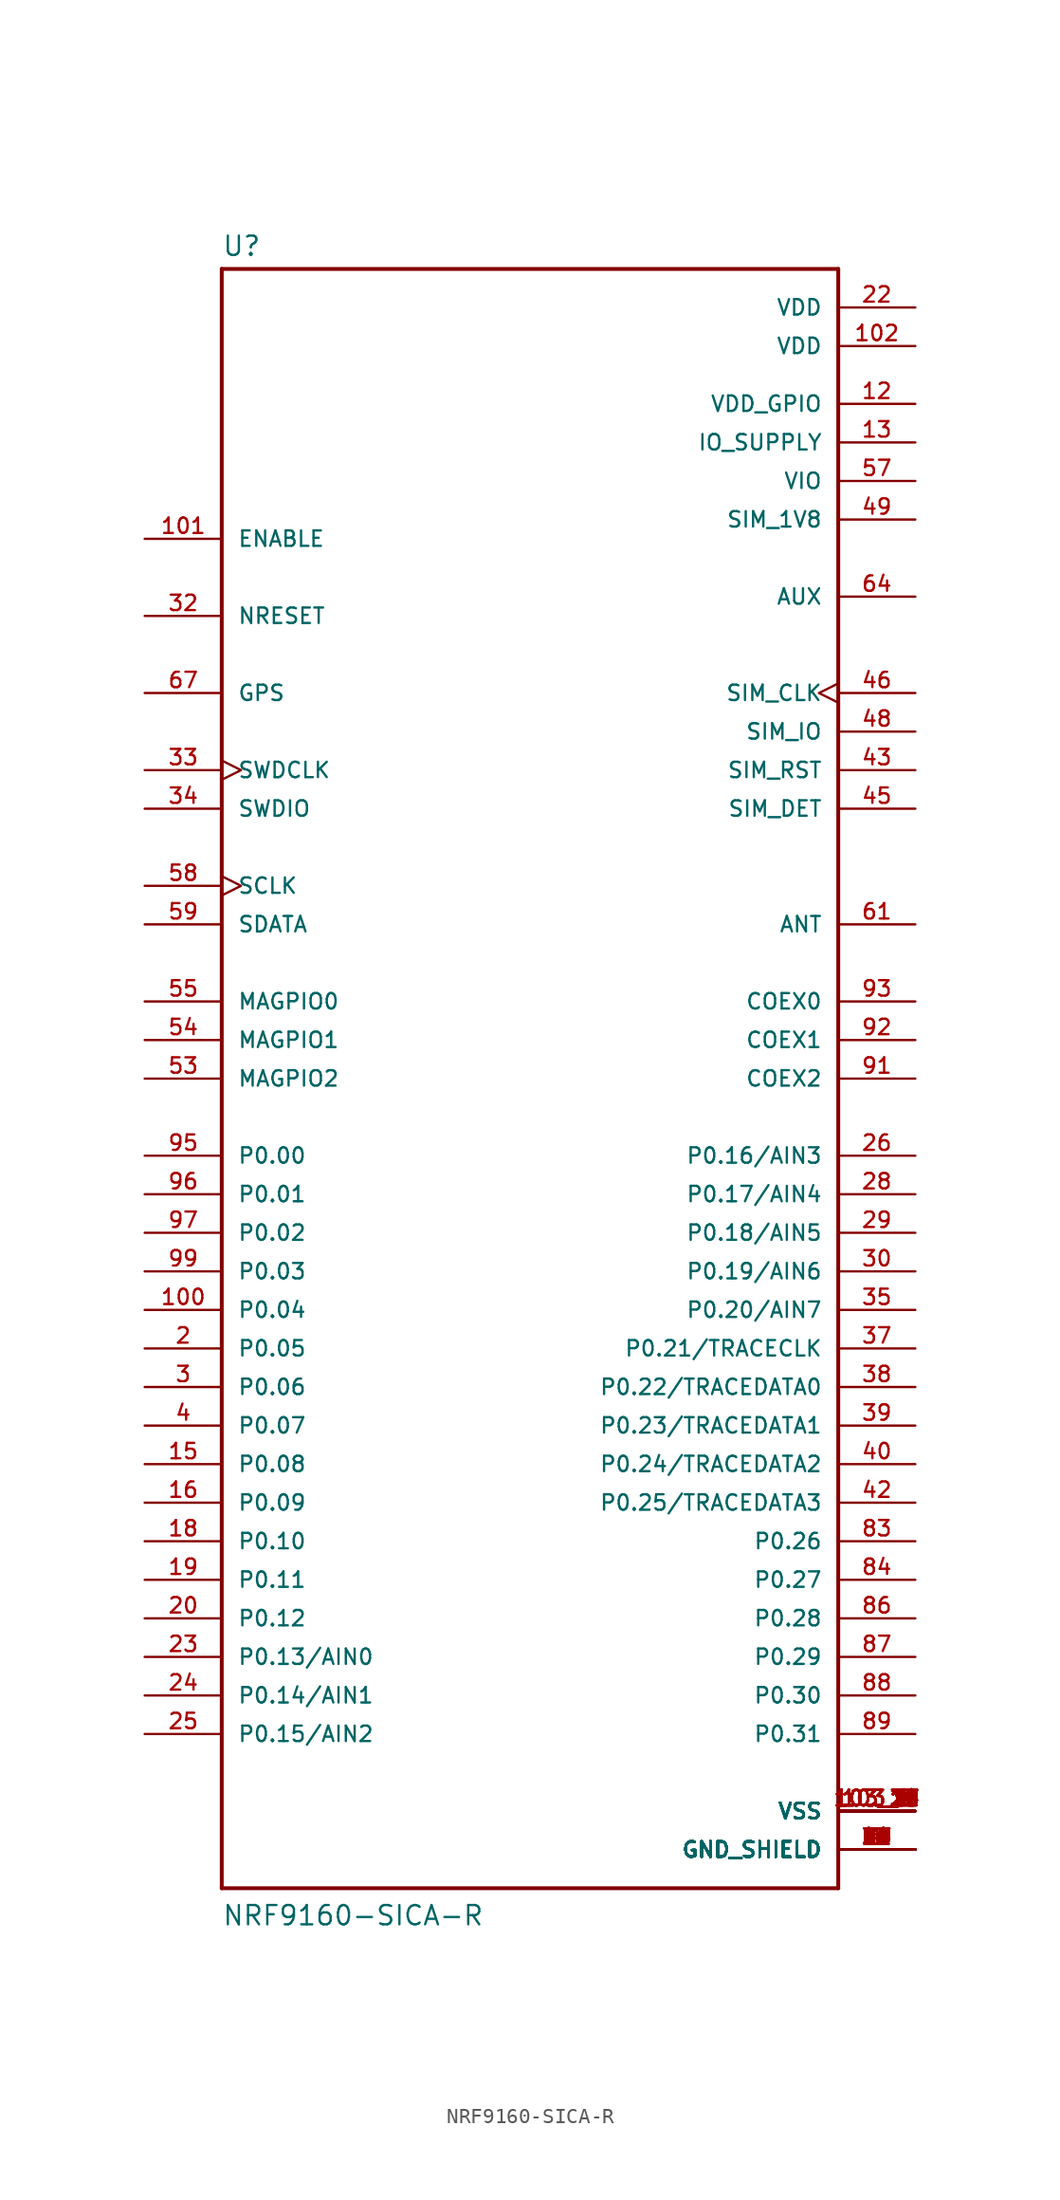
<source format=kicad_sym>
(kicad_symbol_lib
  (version 20210619)
  (generator kicad_symbol_editor)
  (symbol "Cellular_modem:NRF9160-SICA-R"
    (pin_names
      (offset 1.016))
    (property "Reference" "U"
      (at -20.32 54.102 0)
      (effects (font (size 1.27 1.27)) (justify left bottom)))
    (property "Value" "NRF9160-SICA-R"
      (at -20.32 -55.88 0)
      (effects (font (size 1.27 1.27)) (justify left bottom)))
    (property "ki_locked" ""
      (at 0 0 0)
      (effects (font (size 1.27 1.27))))
    (symbol "NRF9160-SICA-R_0_0"
      (polyline (pts (xy -20.32 -53.34) (xy -20.32 53.34)) (stroke (width 0.254)) (fill (type none)))
      (polyline (pts (xy -20.32 53.34) (xy 20.32 53.34)) (stroke (width 0.254)) (fill (type none)))
      (polyline (pts (xy 20.32 -53.34) (xy -20.32 -53.34)) (stroke (width 0.254)) (fill (type none)))
      (polyline (pts (xy 20.32 53.34) (xy 20.32 -53.34)) (stroke (width 0.254)) (fill (type none)))
      (pin power_in line (at 25.4 -50.8 180) (length 5.08) (name "GND_SHIELD" (effects (font (size 1.016 1.016)))) (number "1" (effects (font (size 1.016 1.016)))))
      (pin bidirectional line (at -25.4 -15.24 0) (length 5.08) (name "P0.04" (effects (font (size 1.016 1.016)))) (number "100" (effects (font (size 1.016 1.016)))))
      (pin input line (at -25.4 35.56 0) (length 5.08) (name "ENABLE" (effects (font (size 1.016 1.016)))) (number "101" (effects (font (size 1.016 1.016)))))
      (pin power_in line (at 25.4 48.26 180) (length 5.08) (name "VDD" (effects (font (size 1.016 1.016)))) (number "102" (effects (font (size 1.016 1.016)))))
      (pin power_in line (at 25.4 -48.26 180) (length 5.08) (name "VSS" (effects (font (size 1.016 1.016)))) (number "103_1" (effects (font (size 1.016 1.016)))))
      (pin power_in line (at 25.4 -48.26 180) (length 5.08) (name "VSS" (effects (font (size 1.016 1.016)))) (number "103_10" (effects (font (size 1.016 1.016)))))
      (pin power_in line (at 25.4 -48.26 180) (length 5.08) (name "VSS" (effects (font (size 1.016 1.016)))) (number "103_11" (effects (font (size 1.016 1.016)))))
      (pin power_in line (at 25.4 -48.26 180) (length 5.08) (name "VSS" (effects (font (size 1.016 1.016)))) (number "103_12" (effects (font (size 1.016 1.016)))))
      (pin power_in line (at 25.4 -48.26 180) (length 5.08) (name "VSS" (effects (font (size 1.016 1.016)))) (number "103_13" (effects (font (size 1.016 1.016)))))
      (pin power_in line (at 25.4 -48.26 180) (length 5.08) (name "VSS" (effects (font (size 1.016 1.016)))) (number "103_14" (effects (font (size 1.016 1.016)))))
      (pin power_in line (at 25.4 -48.26 180) (length 5.08) (name "VSS" (effects (font (size 1.016 1.016)))) (number "103_15" (effects (font (size 1.016 1.016)))))
      (pin power_in line (at 25.4 -48.26 180) (length 5.08) (name "VSS" (effects (font (size 1.016 1.016)))) (number "103_16" (effects (font (size 1.016 1.016)))))
      (pin power_in line (at 25.4 -48.26 180) (length 5.08) (name "VSS" (effects (font (size 1.016 1.016)))) (number "103_17" (effects (font (size 1.016 1.016)))))
      (pin power_in line (at 25.4 -48.26 180) (length 5.08) (name "VSS" (effects (font (size 1.016 1.016)))) (number "103_18" (effects (font (size 1.016 1.016)))))
      (pin power_in line (at 25.4 -48.26 180) (length 5.08) (name "VSS" (effects (font (size 1.016 1.016)))) (number "103_19" (effects (font (size 1.016 1.016)))))
      (pin power_in line (at 25.4 -48.26 180) (length 5.08) (name "VSS" (effects (font (size 1.016 1.016)))) (number "103_2" (effects (font (size 1.016 1.016)))))
      (pin power_in line (at 25.4 -48.26 180) (length 5.08) (name "VSS" (effects (font (size 1.016 1.016)))) (number "103_20" (effects (font (size 1.016 1.016)))))
      (pin power_in line (at 25.4 -48.26 180) (length 5.08) (name "VSS" (effects (font (size 1.016 1.016)))) (number "103_21" (effects (font (size 1.016 1.016)))))
      (pin power_in line (at 25.4 -48.26 180) (length 5.08) (name "VSS" (effects (font (size 1.016 1.016)))) (number "103_22" (effects (font (size 1.016 1.016)))))
      (pin power_in line (at 25.4 -48.26 180) (length 5.08) (name "VSS" (effects (font (size 1.016 1.016)))) (number "103_23" (effects (font (size 1.016 1.016)))))
      (pin power_in line (at 25.4 -48.26 180) (length 5.08) (name "VSS" (effects (font (size 1.016 1.016)))) (number "103_24" (effects (font (size 1.016 1.016)))))
      (pin power_in line (at 25.4 -48.26 180) (length 5.08) (name "VSS" (effects (font (size 1.016 1.016)))) (number "103_25" (effects (font (size 1.016 1.016)))))
      (pin power_in line (at 25.4 -48.26 180) (length 5.08) (name "VSS" (effects (font (size 1.016 1.016)))) (number "103_26" (effects (font (size 1.016 1.016)))))
      (pin power_in line (at 25.4 -48.26 180) (length 5.08) (name "VSS" (effects (font (size 1.016 1.016)))) (number "103_27" (effects (font (size 1.016 1.016)))))
      (pin power_in line (at 25.4 -48.26 180) (length 5.08) (name "VSS" (effects (font (size 1.016 1.016)))) (number "103_28" (effects (font (size 1.016 1.016)))))
      (pin power_in line (at 25.4 -48.26 180) (length 5.08) (name "VSS" (effects (font (size 1.016 1.016)))) (number "103_29" (effects (font (size 1.016 1.016)))))
      (pin power_in line (at 25.4 -48.26 180) (length 5.08) (name "VSS" (effects (font (size 1.016 1.016)))) (number "103_3" (effects (font (size 1.016 1.016)))))
      (pin power_in line (at 25.4 -48.26 180) (length 5.08) (name "VSS" (effects (font (size 1.016 1.016)))) (number "103_30" (effects (font (size 1.016 1.016)))))
      (pin power_in line (at 25.4 -48.26 180) (length 5.08) (name "VSS" (effects (font (size 1.016 1.016)))) (number "103_31" (effects (font (size 1.016 1.016)))))
      (pin power_in line (at 25.4 -48.26 180) (length 5.08) (name "VSS" (effects (font (size 1.016 1.016)))) (number "103_32" (effects (font (size 1.016 1.016)))))
      (pin power_in line (at 25.4 -48.26 180) (length 5.08) (name "VSS" (effects (font (size 1.016 1.016)))) (number "103_33" (effects (font (size 1.016 1.016)))))
      (pin power_in line (at 25.4 -48.26 180) (length 5.08) (name "VSS" (effects (font (size 1.016 1.016)))) (number "103_34" (effects (font (size 1.016 1.016)))))
      (pin power_in line (at 25.4 -48.26 180) (length 5.08) (name "VSS" (effects (font (size 1.016 1.016)))) (number "103_35" (effects (font (size 1.016 1.016)))))
      (pin power_in line (at 25.4 -48.26 180) (length 5.08) (name "VSS" (effects (font (size 1.016 1.016)))) (number "103_4" (effects (font (size 1.016 1.016)))))
      (pin power_in line (at 25.4 -48.26 180) (length 5.08) (name "VSS" (effects (font (size 1.016 1.016)))) (number "103_5" (effects (font (size 1.016 1.016)))))
      (pin power_in line (at 25.4 -48.26 180) (length 5.08) (name "VSS" (effects (font (size 1.016 1.016)))) (number "103_6" (effects (font (size 1.016 1.016)))))
      (pin power_in line (at 25.4 -48.26 180) (length 5.08) (name "VSS" (effects (font (size 1.016 1.016)))) (number "103_7" (effects (font (size 1.016 1.016)))))
      (pin power_in line (at 25.4 -48.26 180) (length 5.08) (name "VSS" (effects (font (size 1.016 1.016)))) (number "103_8" (effects (font (size 1.016 1.016)))))
      (pin power_in line (at 25.4 -48.26 180) (length 5.08) (name "VSS" (effects (font (size 1.016 1.016)))) (number "103_9" (effects (font (size 1.016 1.016)))))
      (pin power_in line (at 25.4 44.45 180) (length 5.08) (name "VDD_GPIO" (effects (font (size 1.016 1.016)))) (number "12" (effects (font (size 1.016 1.016)))))
      (pin power_in line (at 25.4 41.91 180) (length 5.08) (name "IO_SUPPLY" (effects (font (size 1.016 1.016)))) (number "13" (effects (font (size 1.016 1.016)))))
      (pin power_in line (at 25.4 -50.8 180) (length 5.08) (name "GND_SHIELD" (effects (font (size 1.016 1.016)))) (number "14" (effects (font (size 1.016 1.016)))))
      (pin bidirectional line (at -25.4 -25.4 0) (length 5.08) (name "P0.08" (effects (font (size 1.016 1.016)))) (number "15" (effects (font (size 1.016 1.016)))))
      (pin bidirectional line (at -25.4 -27.94 0) (length 5.08) (name "P0.09" (effects (font (size 1.016 1.016)))) (number "16" (effects (font (size 1.016 1.016)))))
      (pin power_in line (at 25.4 -50.8 180) (length 5.08) (name "GND_SHIELD" (effects (font (size 1.016 1.016)))) (number "17" (effects (font (size 1.016 1.016)))))
      (pin bidirectional line (at -25.4 -30.48 0) (length 5.08) (name "P0.10" (effects (font (size 1.016 1.016)))) (number "18" (effects (font (size 1.016 1.016)))))
      (pin bidirectional line (at -25.4 -33.02 0) (length 5.08) (name "P0.11" (effects (font (size 1.016 1.016)))) (number "19" (effects (font (size 1.016 1.016)))))
      (pin bidirectional line (at -25.4 -17.78 0) (length 5.08) (name "P0.05" (effects (font (size 1.016 1.016)))) (number "2" (effects (font (size 1.016 1.016)))))
      (pin bidirectional line (at -25.4 -35.56 0) (length 5.08) (name "P0.12" (effects (font (size 1.016 1.016)))) (number "20" (effects (font (size 1.016 1.016)))))
      (pin power_in line (at 25.4 -50.8 180) (length 5.08) (name "GND_SHIELD" (effects (font (size 1.016 1.016)))) (number "21" (effects (font (size 1.016 1.016)))))
      (pin power_in line (at 25.4 50.8 180) (length 5.08) (name "VDD" (effects (font (size 1.016 1.016)))) (number "22" (effects (font (size 1.016 1.016)))))
      (pin bidirectional line (at -25.4 -38.1 0) (length 5.08) (name "P0.13/AIN0" (effects (font (size 1.016 1.016)))) (number "23" (effects (font (size 1.016 1.016)))))
      (pin bidirectional line (at -25.4 -40.64 0) (length 5.08) (name "P0.14/AIN1" (effects (font (size 1.016 1.016)))) (number "24" (effects (font (size 1.016 1.016)))))
      (pin bidirectional line (at -25.4 -43.18 0) (length 5.08) (name "P0.15/AIN2" (effects (font (size 1.016 1.016)))) (number "25" (effects (font (size 1.016 1.016)))))
      (pin bidirectional line (at 25.4 -5.08 180) (length 5.08) (name "P0.16/AIN3" (effects (font (size 1.016 1.016)))) (number "26" (effects (font (size 1.016 1.016)))))
      (pin power_in line (at 25.4 -50.8 180) (length 5.08) (name "GND_SHIELD" (effects (font (size 1.016 1.016)))) (number "27" (effects (font (size 1.016 1.016)))))
      (pin bidirectional line (at 25.4 -7.62 180) (length 5.08) (name "P0.17/AIN4" (effects (font (size 1.016 1.016)))) (number "28" (effects (font (size 1.016 1.016)))))
      (pin bidirectional line (at 25.4 -10.16 180) (length 5.08) (name "P0.18/AIN5" (effects (font (size 1.016 1.016)))) (number "29" (effects (font (size 1.016 1.016)))))
      (pin bidirectional line (at -25.4 -20.32 0) (length 5.08) (name "P0.06" (effects (font (size 1.016 1.016)))) (number "3" (effects (font (size 1.016 1.016)))))
      (pin bidirectional line (at 25.4 -12.7 180) (length 5.08) (name "P0.19/AIN6" (effects (font (size 1.016 1.016)))) (number "30" (effects (font (size 1.016 1.016)))))
      (pin power_in line (at 25.4 -50.8 180) (length 5.08) (name "GND_SHIELD" (effects (font (size 1.016 1.016)))) (number "31" (effects (font (size 1.016 1.016)))))
      (pin input line (at -25.4 30.48 0) (length 5.08) (name "NRESET" (effects (font (size 1.016 1.016)))) (number "32" (effects (font (size 1.016 1.016)))))
      (pin input clock (at -25.4 20.32 0) (length 5.08) (name "SWDCLK" (effects (font (size 1.016 1.016)))) (number "33" (effects (font (size 1.016 1.016)))))
      (pin bidirectional line (at -25.4 17.78 0) (length 5.08) (name "SWDIO" (effects (font (size 1.016 1.016)))) (number "34" (effects (font (size 1.016 1.016)))))
      (pin bidirectional line (at 25.4 -15.24 180) (length 5.08) (name "P0.20/AIN7" (effects (font (size 1.016 1.016)))) (number "35" (effects (font (size 1.016 1.016)))))
      (pin power_in line (at 25.4 -50.8 180) (length 5.08) (name "GND_SHIELD" (effects (font (size 1.016 1.016)))) (number "36" (effects (font (size 1.016 1.016)))))
      (pin bidirectional line (at 25.4 -17.78 180) (length 5.08) (name "P0.21/TRACECLK" (effects (font (size 1.016 1.016)))) (number "37" (effects (font (size 1.016 1.016)))))
      (pin bidirectional line (at 25.4 -20.32 180) (length 5.08) (name "P0.22/TRACEDATA0" (effects (font (size 1.016 1.016)))) (number "38" (effects (font (size 1.016 1.016)))))
      (pin bidirectional line (at 25.4 -22.86 180) (length 5.08) (name "P0.23/TRACEDATA1" (effects (font (size 1.016 1.016)))) (number "39" (effects (font (size 1.016 1.016)))))
      (pin bidirectional line (at -25.4 -22.86 0) (length 5.08) (name "P0.07" (effects (font (size 1.016 1.016)))) (number "4" (effects (font (size 1.016 1.016)))))
      (pin bidirectional line (at 25.4 -25.4 180) (length 5.08) (name "P0.24/TRACEDATA2" (effects (font (size 1.016 1.016)))) (number "40" (effects (font (size 1.016 1.016)))))
      (pin power_in line (at 25.4 -50.8 180) (length 5.08) (name "GND_SHIELD" (effects (font (size 1.016 1.016)))) (number "41" (effects (font (size 1.016 1.016)))))
      (pin bidirectional line (at 25.4 -27.94 180) (length 5.08) (name "P0.25/TRACEDATA3" (effects (font (size 1.016 1.016)))) (number "42" (effects (font (size 1.016 1.016)))))
      (pin bidirectional line (at 25.4 20.32 180) (length 5.08) (name "SIM_RST" (effects (font (size 1.016 1.016)))) (number "43" (effects (font (size 1.016 1.016)))))
      (pin power_in line (at 25.4 -50.8 180) (length 5.08) (name "GND_SHIELD" (effects (font (size 1.016 1.016)))) (number "44" (effects (font (size 1.016 1.016)))))
      (pin bidirectional line (at 25.4 17.78 180) (length 5.08) (name "SIM_DET" (effects (font (size 1.016 1.016)))) (number "45" (effects (font (size 1.016 1.016)))))
      (pin bidirectional clock (at 25.4 25.4 180) (length 5.08) (name "SIM_CLK" (effects (font (size 1.016 1.016)))) (number "46" (effects (font (size 1.016 1.016)))))
      (pin power_in line (at 25.4 -50.8 180) (length 5.08) (name "GND_SHIELD" (effects (font (size 1.016 1.016)))) (number "47" (effects (font (size 1.016 1.016)))))
      (pin bidirectional line (at 25.4 22.86 180) (length 5.08) (name "SIM_IO" (effects (font (size 1.016 1.016)))) (number "48" (effects (font (size 1.016 1.016)))))
      (pin power_in line (at 25.4 36.83 180) (length 5.08) (name "SIM_1V8" (effects (font (size 1.016 1.016)))) (number "49" (effects (font (size 1.016 1.016)))))
      (pin power_in line (at 25.4 -50.8 180) (length 5.08) (name "GND_SHIELD" (effects (font (size 1.016 1.016)))) (number "5" (effects (font (size 1.016 1.016)))))
      (pin power_in line (at 25.4 -50.8 180) (length 5.08) (name "GND_SHIELD" (effects (font (size 1.016 1.016)))) (number "50" (effects (font (size 1.016 1.016)))))
      (pin power_in line (at 25.4 -50.8 180) (length 5.08) (name "GND_SHIELD" (effects (font (size 1.016 1.016)))) (number "52" (effects (font (size 1.016 1.016)))))
      (pin bidirectional line (at -25.4 0 0) (length 5.08) (name "MAGPIO2" (effects (font (size 1.016 1.016)))) (number "53" (effects (font (size 1.016 1.016)))))
      (pin bidirectional line (at -25.4 2.54 0) (length 5.08) (name "MAGPIO1" (effects (font (size 1.016 1.016)))) (number "54" (effects (font (size 1.016 1.016)))))
      (pin bidirectional line (at -25.4 5.08 0) (length 5.08) (name "MAGPIO0" (effects (font (size 1.016 1.016)))) (number "55" (effects (font (size 1.016 1.016)))))
      (pin power_in line (at 25.4 -50.8 180) (length 5.08) (name "GND_SHIELD" (effects (font (size 1.016 1.016)))) (number "56" (effects (font (size 1.016 1.016)))))
      (pin power_in line (at 25.4 39.37 180) (length 5.08) (name "VIO" (effects (font (size 1.016 1.016)))) (number "57" (effects (font (size 1.016 1.016)))))
      (pin bidirectional clock (at -25.4 12.7 0) (length 5.08) (name "SCLK" (effects (font (size 1.016 1.016)))) (number "58" (effects (font (size 1.016 1.016)))))
      (pin bidirectional line (at -25.4 10.16 0) (length 5.08) (name "SDATA" (effects (font (size 1.016 1.016)))) (number "59" (effects (font (size 1.016 1.016)))))
      (pin power_in line (at 25.4 -50.8 180) (length 5.08) (name "GND_SHIELD" (effects (font (size 1.016 1.016)))) (number "60" (effects (font (size 1.016 1.016)))))
      (pin bidirectional line (at 25.4 10.16 180) (length 5.08) (name "ANT" (effects (font (size 1.016 1.016)))) (number "61" (effects (font (size 1.016 1.016)))))
      (pin power_in line (at 25.4 -50.8 180) (length 5.08) (name "GND_SHIELD" (effects (font (size 1.016 1.016)))) (number "62" (effects (font (size 1.016 1.016)))))
      (pin power_in line (at 25.4 -50.8 180) (length 5.08) (name "GND_SHIELD" (effects (font (size 1.016 1.016)))) (number "63" (effects (font (size 1.016 1.016)))))
      (pin output line (at 25.4 31.75 180) (length 5.08) (name "AUX" (effects (font (size 1.016 1.016)))) (number "64" (effects (font (size 1.016 1.016)))))
      (pin power_in line (at 25.4 -50.8 180) (length 5.08) (name "GND_SHIELD" (effects (font (size 1.016 1.016)))) (number "65" (effects (font (size 1.016 1.016)))))
      (pin power_in line (at 25.4 -50.8 180) (length 5.08) (name "GND_SHIELD" (effects (font (size 1.016 1.016)))) (number "66" (effects (font (size 1.016 1.016)))))
      (pin input line (at -25.4 25.4 0) (length 5.08) (name "GPS" (effects (font (size 1.016 1.016)))) (number "67" (effects (font (size 1.016 1.016)))))
      (pin power_in line (at 25.4 -50.8 180) (length 5.08) (name "GND_SHIELD" (effects (font (size 1.016 1.016)))) (number "72" (effects (font (size 1.016 1.016)))))
      (pin power_in line (at 25.4 -50.8 180) (length 5.08) (name "GND_SHIELD" (effects (font (size 1.016 1.016)))) (number "74" (effects (font (size 1.016 1.016)))))
      (pin power_in line (at 25.4 -50.8 180) (length 5.08) (name "GND_SHIELD" (effects (font (size 1.016 1.016)))) (number "75" (effects (font (size 1.016 1.016)))))
      (pin power_in line (at 25.4 -50.8 180) (length 5.08) (name "GND_SHIELD" (effects (font (size 1.016 1.016)))) (number "76" (effects (font (size 1.016 1.016)))))
      (pin power_in line (at 25.4 -50.8 180) (length 5.08) (name "GND_SHIELD" (effects (font (size 1.016 1.016)))) (number "77" (effects (font (size 1.016 1.016)))))
      (pin power_in line (at 25.4 -50.8 180) (length 5.08) (name "GND_SHIELD" (effects (font (size 1.016 1.016)))) (number "78" (effects (font (size 1.016 1.016)))))
      (pin power_in line (at 25.4 -50.8 180) (length 5.08) (name "GND_SHIELD" (effects (font (size 1.016 1.016)))) (number "79" (effects (font (size 1.016 1.016)))))
      (pin power_in line (at 25.4 -50.8 180) (length 5.08) (name "GND_SHIELD" (effects (font (size 1.016 1.016)))) (number "80" (effects (font (size 1.016 1.016)))))
      (pin power_in line (at 25.4 -50.8 180) (length 5.08) (name "GND_SHIELD" (effects (font (size 1.016 1.016)))) (number "81" (effects (font (size 1.016 1.016)))))
      (pin power_in line (at 25.4 -50.8 180) (length 5.08) (name "GND_SHIELD" (effects (font (size 1.016 1.016)))) (number "82" (effects (font (size 1.016 1.016)))))
      (pin bidirectional line (at 25.4 -30.48 180) (length 5.08) (name "P0.26" (effects (font (size 1.016 1.016)))) (number "83" (effects (font (size 1.016 1.016)))))
      (pin bidirectional line (at 25.4 -33.02 180) (length 5.08) (name "P0.27" (effects (font (size 1.016 1.016)))) (number "84" (effects (font (size 1.016 1.016)))))
      (pin power_in line (at 25.4 -50.8 180) (length 5.08) (name "GND_SHIELD" (effects (font (size 1.016 1.016)))) (number "85" (effects (font (size 1.016 1.016)))))
      (pin bidirectional line (at 25.4 -35.56 180) (length 5.08) (name "P0.28" (effects (font (size 1.016 1.016)))) (number "86" (effects (font (size 1.016 1.016)))))
      (pin bidirectional line (at 25.4 -38.1 180) (length 5.08) (name "P0.29" (effects (font (size 1.016 1.016)))) (number "87" (effects (font (size 1.016 1.016)))))
      (pin bidirectional line (at 25.4 -40.64 180) (length 5.08) (name "P0.30" (effects (font (size 1.016 1.016)))) (number "88" (effects (font (size 1.016 1.016)))))
      (pin bidirectional line (at 25.4 -43.18 180) (length 5.08) (name "P0.31" (effects (font (size 1.016 1.016)))) (number "89" (effects (font (size 1.016 1.016)))))
      (pin power_in line (at 25.4 -50.8 180) (length 5.08) (name "GND_SHIELD" (effects (font (size 1.016 1.016)))) (number "9" (effects (font (size 1.016 1.016)))))
      (pin power_in line (at 25.4 -50.8 180) (length 5.08) (name "GND_SHIELD" (effects (font (size 1.016 1.016)))) (number "90" (effects (font (size 1.016 1.016)))))
      (pin bidirectional line (at 25.4 0 180) (length 5.08) (name "COEX2" (effects (font (size 1.016 1.016)))) (number "91" (effects (font (size 1.016 1.016)))))
      (pin bidirectional line (at 25.4 2.54 180) (length 5.08) (name "COEX1" (effects (font (size 1.016 1.016)))) (number "92" (effects (font (size 1.016 1.016)))))
      (pin bidirectional line (at 25.4 5.08 180) (length 5.08) (name "COEX0" (effects (font (size 1.016 1.016)))) (number "93" (effects (font (size 1.016 1.016)))))
      (pin power_in line (at 25.4 -50.8 180) (length 5.08) (name "GND_SHIELD" (effects (font (size 1.016 1.016)))) (number "94" (effects (font (size 1.016 1.016)))))
      (pin bidirectional line (at -25.4 -5.08 0) (length 5.08) (name "P0.00" (effects (font (size 1.016 1.016)))) (number "95" (effects (font (size 1.016 1.016)))))
      (pin bidirectional line (at -25.4 -7.62 0) (length 5.08) (name "P0.01" (effects (font (size 1.016 1.016)))) (number "96" (effects (font (size 1.016 1.016)))))
      (pin bidirectional line (at -25.4 -10.16 0) (length 5.08) (name "P0.02" (effects (font (size 1.016 1.016)))) (number "97" (effects (font (size 1.016 1.016)))))
      (pin power_in line (at 25.4 -50.8 180) (length 5.08) (name "GND_SHIELD" (effects (font (size 1.016 1.016)))) (number "98" (effects (font (size 1.016 1.016)))))
      (pin bidirectional line (at -25.4 -12.7 0) (length 5.08) (name "P0.03" (effects (font (size 1.016 1.016)))) (number "99" (effects (font (size 1.016 1.016))))))))
</source>
